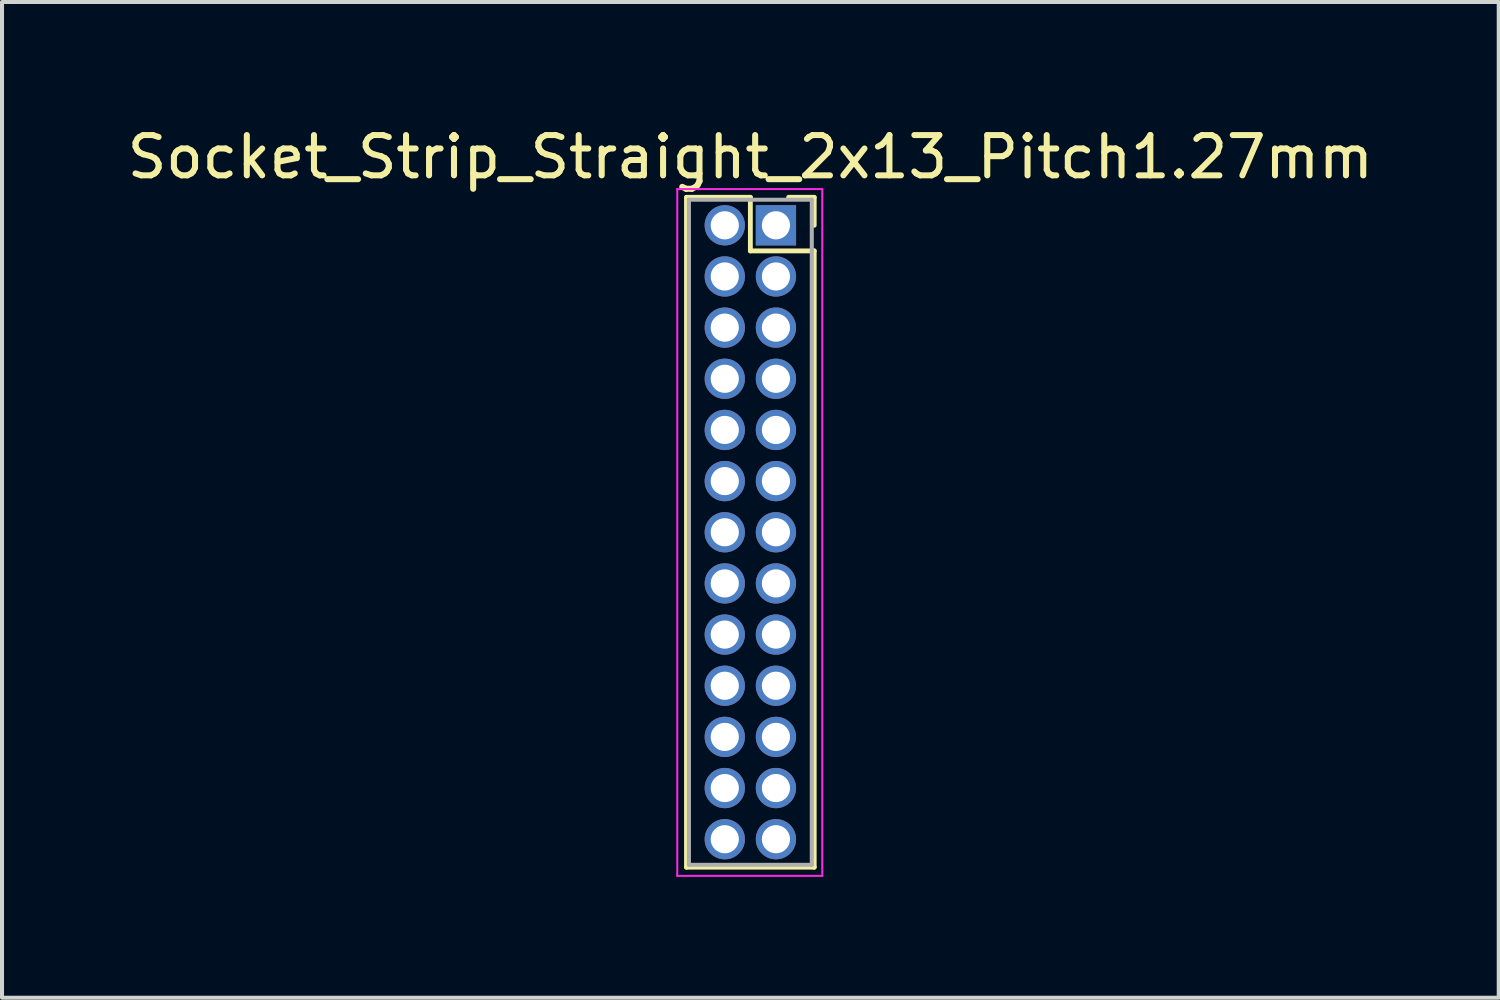
<source format=kicad_pcb>
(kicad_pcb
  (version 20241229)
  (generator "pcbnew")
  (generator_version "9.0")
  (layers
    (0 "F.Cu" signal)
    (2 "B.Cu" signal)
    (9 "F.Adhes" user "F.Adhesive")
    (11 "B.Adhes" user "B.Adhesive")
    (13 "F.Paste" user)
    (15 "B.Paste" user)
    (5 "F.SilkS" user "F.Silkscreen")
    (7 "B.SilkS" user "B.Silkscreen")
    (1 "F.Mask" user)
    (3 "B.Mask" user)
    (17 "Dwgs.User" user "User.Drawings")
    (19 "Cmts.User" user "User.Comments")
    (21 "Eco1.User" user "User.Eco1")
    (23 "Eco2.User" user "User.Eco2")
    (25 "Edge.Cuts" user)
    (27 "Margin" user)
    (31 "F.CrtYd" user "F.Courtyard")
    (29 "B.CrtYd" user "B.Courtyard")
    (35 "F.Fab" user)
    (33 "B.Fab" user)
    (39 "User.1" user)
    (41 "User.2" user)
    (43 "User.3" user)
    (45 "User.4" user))
  (footprint "Socket_Strip_Straight_2x13_Pitch1.27mm"
    (layer "F.Cu")
    (at 16.212 2.543)
    (property "Reference" "Socket_Strip_Straight_2x13_Pitch1.27mm" (at -0.635 -1.695 0) (layer "F.SilkS") (effects (font (size 1 1) (thickness 0.15))))
    (attr through_hole)
    (fp_line (start -2.22 -0.695) (end -0.635 -0.695) (stroke (width 0.12) (type solid)) (layer "F.SilkS"))
    (fp_line (start -2.22 15.935) (end -2.22 -0.695) (stroke (width 0.12) (type solid)) (layer "F.SilkS"))
    (fp_line (start -0.635 -0.695) (end -0.635 0.635) (stroke (width 0.12) (type solid)) (layer "F.SilkS"))
    (fp_line (start -0.635 0.635) (end 0.95 0.635) (stroke (width 0.12) (type solid)) (layer "F.SilkS"))
    (fp_line (start 0.95 -0.695) (end 0.315 -0.695) (stroke (width 0.12) (type solid)) (layer "F.SilkS"))
    (fp_line (start 0.95 0) (end 0.95 -0.695) (stroke (width 0.12) (type solid)) (layer "F.SilkS"))
    (fp_line (start 0.95 0.635) (end 0.95 15.935) (stroke (width 0.12) (type solid)) (layer "F.SilkS"))
    (fp_line (start 0.95 15.935) (end -2.22 15.935) (stroke (width 0.12) (type solid)) (layer "F.SilkS"))
    (fp_line (start -2.45 -0.9) (end -2.45 16.15) (stroke (width 0.05) (type solid)) (layer "F.CrtYd"))
    (fp_line (start -2.45 16.15) (end 1.15 16.15) (stroke (width 0.05) (type solid)) (layer "F.CrtYd"))
    (fp_line (start 1.15 -0.9) (end -2.45 -0.9) (stroke (width 0.05) (type solid)) (layer "F.CrtYd"))
    (fp_line (start 1.15 16.15) (end 1.15 -0.9) (stroke (width 0.05) (type solid)) (layer "F.CrtYd"))
    (fp_line (start -2.16 -0.635) (end -2.16 15.875) (stroke (width 0.1) (type solid)) (layer "F.Fab"))
    (fp_line (start -2.16 15.875) (end 0.89 15.875) (stroke (width 0.1) (type solid)) (layer "F.Fab"))
    (fp_line (start 0.89 -0.635) (end -2.16 -0.635) (stroke (width 0.1) (type solid)) (layer "F.Fab"))
    (fp_line (start 0.89 15.875) (end 0.89 -0.635) (stroke (width 0.1) (type solid)) (layer "F.Fab"))
    (pad "1" thru_hole rect (at 0 0) (size 1 1) (drill 0.7) (layers "*.Cu" "*.Mask"))
    (pad "2" thru_hole oval (at -1.27 0) (size 1 1) (drill 0.7) (layers "*.Cu" "*.Mask"))
    (pad "3" thru_hole oval (at 0 1.27) (size 1 1) (drill 0.7) (layers "*.Cu" "*.Mask"))
    (pad "4" thru_hole oval (at -1.27 1.27) (size 1 1) (drill 0.7) (layers "*.Cu" "*.Mask"))
    (pad "5" thru_hole oval (at 0 2.54) (size 1 1) (drill 0.7) (layers "*.Cu" "*.Mask"))
    (pad "6" thru_hole oval (at -1.27 2.54) (size 1 1) (drill 0.7) (layers "*.Cu" "*.Mask"))
    (pad "7" thru_hole oval (at 0 3.81) (size 1 1) (drill 0.7) (layers "*.Cu" "*.Mask"))
    (pad "8" thru_hole oval (at -1.27 3.81) (size 1 1) (drill 0.7) (layers "*.Cu" "*.Mask"))
    (pad "9" thru_hole oval (at 0 5.08) (size 1 1) (drill 0.7) (layers "*.Cu" "*.Mask"))
    (pad "10" thru_hole oval (at -1.27 5.08) (size 1 1) (drill 0.7) (layers "*.Cu" "*.Mask"))
    (pad "11" thru_hole oval (at 0 6.35) (size 1 1) (drill 0.7) (layers "*.Cu" "*.Mask"))
    (pad "12" thru_hole oval (at -1.27 6.35) (size 1 1) (drill 0.7) (layers "*.Cu" "*.Mask"))
    (pad "13" thru_hole oval (at 0 7.62) (size 1 1) (drill 0.7) (layers "*.Cu" "*.Mask"))
    (pad "14" thru_hole oval (at -1.27 7.62) (size 1 1) (drill 0.7) (layers "*.Cu" "*.Mask"))
    (pad "15" thru_hole oval (at 0 8.89) (size 1 1) (drill 0.7) (layers "*.Cu" "*.Mask"))
    (pad "16" thru_hole oval (at -1.27 8.89) (size 1 1) (drill 0.7) (layers "*.Cu" "*.Mask"))
    (pad "17" thru_hole oval (at 0 10.16) (size 1 1) (drill 0.7) (layers "*.Cu" "*.Mask"))
    (pad "18" thru_hole oval (at -1.27 10.16) (size 1 1) (drill 0.7) (layers "*.Cu" "*.Mask"))
    (pad "19" thru_hole oval (at 0 11.43) (size 1 1) (drill 0.7) (layers "*.Cu" "*.Mask"))
    (pad "20" thru_hole oval (at -1.27 11.43) (size 1 1) (drill 0.7) (layers "*.Cu" "*.Mask"))
    (pad "21" thru_hole oval (at 0 12.7) (size 1 1) (drill 0.7) (layers "*.Cu" "*.Mask"))
    (pad "22" thru_hole oval (at -1.27 12.7) (size 1 1) (drill 0.7) (layers "*.Cu" "*.Mask"))
    (pad "23" thru_hole oval (at 0 13.97) (size 1 1) (drill 0.7) (layers "*.Cu" "*.Mask"))
    (pad "24" thru_hole oval (at -1.27 13.97) (size 1 1) (drill 0.7) (layers "*.Cu" "*.Mask"))
    (pad "25" thru_hole oval (at 0 15.24) (size 1 1) (drill 0.7) (layers "*.Cu" "*.Mask"))
    (pad "26" thru_hole oval (at -1.27 15.24) (size 1 1) (drill 0.7) (layers "*.Cu" "*.Mask")))
  (gr_rect
    (start -3 -3)
    (end 34.155 21.718)
    (stroke (width 0.1) (type default))
    (fill no)
    (layer "Edge.Cuts")))
</source>
